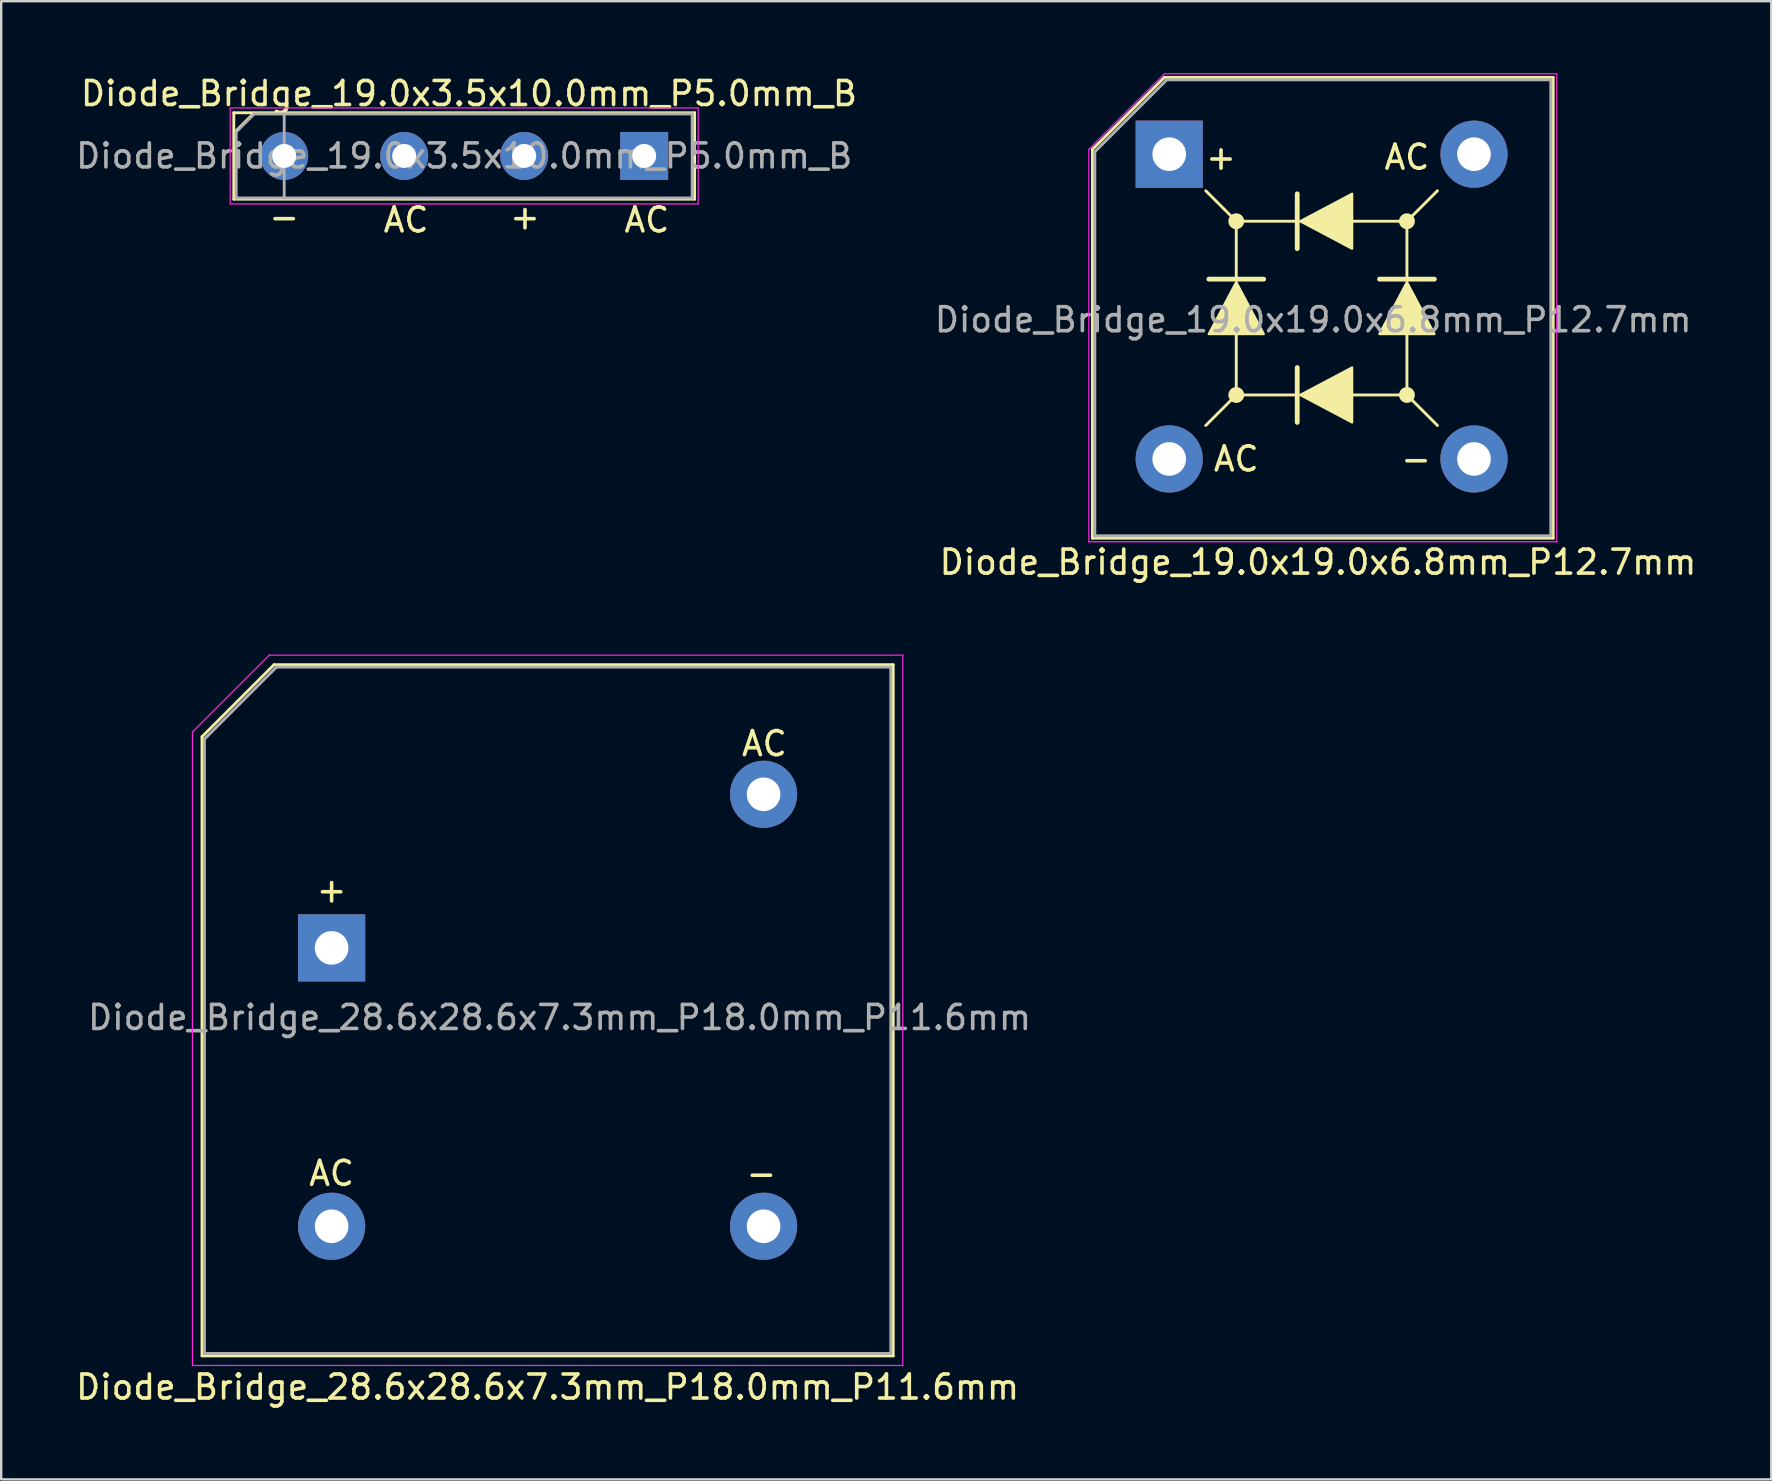
<source format=kicad_pcb>
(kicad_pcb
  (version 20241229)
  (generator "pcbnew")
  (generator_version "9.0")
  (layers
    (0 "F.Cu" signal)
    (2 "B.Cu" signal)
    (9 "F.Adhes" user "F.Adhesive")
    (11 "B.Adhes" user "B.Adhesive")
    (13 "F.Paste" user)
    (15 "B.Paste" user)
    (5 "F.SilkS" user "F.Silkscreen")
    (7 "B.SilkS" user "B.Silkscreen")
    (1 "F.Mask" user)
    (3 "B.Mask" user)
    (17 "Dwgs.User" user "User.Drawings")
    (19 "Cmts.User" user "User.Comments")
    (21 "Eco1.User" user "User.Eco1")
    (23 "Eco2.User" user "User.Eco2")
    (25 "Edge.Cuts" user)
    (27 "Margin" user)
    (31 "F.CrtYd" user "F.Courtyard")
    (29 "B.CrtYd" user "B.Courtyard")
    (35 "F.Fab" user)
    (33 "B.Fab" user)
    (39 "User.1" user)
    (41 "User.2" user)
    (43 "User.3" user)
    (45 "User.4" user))
  (footprint "Diode_Bridge_28.6x28.6x7.3mm_P18.0mm_P11.6mm"
    (layer "F.Cu")
    (at 10.768 36.448)
    (property "Reference" "Diode_Bridge_28.6x28.6x7.3mm_P18.0mm_P11.6mm" (at 9 18.3 180) (layer "F.SilkS") (effects (font (size 1 1) (thickness 0.15))))
    (fp_line (start -5.4 -8.8) (end -5.4 17) (stroke (width 0.12) (type solid)) (layer "F.SilkS"))
    (fp_line (start -5.4 17) (end 23.4 17) (stroke (width 0.12) (type solid)) (layer "F.SilkS"))
    (fp_line (start -2.4 -11.8) (end -5.4 -8.8) (stroke (width 0.12) (type solid)) (layer "F.SilkS"))
    (fp_line (start 23.4 -11.8) (end -2.4 -11.8) (stroke (width 0.12) (type solid)) (layer "F.SilkS"))
    (fp_line (start 23.4 17) (end 23.4 -11.8) (stroke (width 0.12) (type solid)) (layer "F.SilkS"))
    (fp_line (start -5.8 -9) (end -5.8 17.4) (stroke (width 0.05) (type solid)) (layer "F.CrtYd"))
    (fp_line (start -5.8 17.4) (end 23.8 17.4) (stroke (width 0.05) (type solid)) (layer "F.CrtYd"))
    (fp_line (start -2.6 -12.2) (end -5.8 -9) (stroke (width 0.05) (type solid)) (layer "F.CrtYd"))
    (fp_line (start 23.8 -12.2) (end -2.6 -12.2) (stroke (width 0.05) (type solid)) (layer "F.CrtYd"))
    (fp_line (start 23.8 17.4) (end 23.8 -12.2) (stroke (width 0.05) (type solid)) (layer "F.CrtYd"))
    (fp_line (start -5.3 -8.7) (end -5.3 16.9) (stroke (width 0.12) (type solid)) (layer "F.Fab"))
    (fp_line (start -5.3 16.9) (end 23.3 16.9) (stroke (width 0.12) (type solid)) (layer "F.Fab"))
    (fp_line (start -2.3 -11.7) (end -5.3 -8.7) (stroke (width 0.12) (type solid)) (layer "F.Fab"))
    (fp_line (start 23.3 -11.7) (end -2.3 -11.7) (stroke (width 0.12) (type solid)) (layer "F.Fab"))
    (fp_line (start 23.3 16.9) (end 23.3 -11.7) (stroke (width 0.12) (type solid)) (layer "F.Fab"))
    (fp_text user "-" (at 17.907 9.398 0) (layer "F.SilkS") (effects (font (size 1 1) (thickness 0.15))))
    (fp_text user "AC" (at 0 9.398 0) (layer "F.SilkS") (effects (font (size 1 1) (thickness 0.15))))
    (fp_text user "+" (at 0 -2.413 0) (layer "F.SilkS") (effects (font (size 1 1) (thickness 0.15))))
    (fp_text user "AC" (at 18.034 -8.509 0) (layer "F.SilkS") (effects (font (size 1 1) (thickness 0.15))))
    (fp_text user "${REFERENCE}" (at 9.5 2.9 180) (layer "F.Fab") (effects (font (size 1 1) (thickness 0.15))))
    (pad "1" thru_hole rect (at 0 0 180) (size 2.8 2.8) (drill 1.4) (layers "*.Cu" "*.Mask"))
    (pad "2" thru_hole circle (at 0 11.6 180) (size 2.8 2.8) (drill 1.4) (layers "*.Cu" "*.Mask"))
    (pad "3" thru_hole circle (at 18 11.6 180) (size 2.8 2.8) (drill 1.4) (layers "*.Cu" "*.Mask"))
    (pad "4" thru_hole circle (at 18 -6.4 180) (size 2.8 2.8) (drill 1.4) (layers "*.Cu" "*.Mask")))
  (footprint "Diode_Bridge_19.0x19.0x6.8mm_P12.7mm"
    (layer "F.Cu")
    (at 45.67 3.375)
    (property "Reference" "Diode_Bridge_19.0x19.0x6.8mm_P12.7mm" (at 6.2 17 180) (layer "F.SilkS") (effects (font (size 1 1) (thickness 0.15))))
    (attr through_hole)
    (fp_line (start -3.2 -0.2) (end -0.2 -3.2) (stroke (width 0.12) (type solid)) (layer "F.SilkS"))
    (fp_line (start -3.2 16) (end -3.2 -0.2) (stroke (width 0.12) (type solid)) (layer "F.SilkS"))
    (fp_line (start -0.2 -3.2) (end 16 -3.2) (stroke (width 0.12) (type solid)) (layer "F.SilkS"))
    (fp_line (start 1.524 1.524) (end 2.794 2.794) (stroke (width 0.12) (type solid)) (layer "F.SilkS"))
    (fp_line (start 1.524 11.303) (end 2.794 10.033) (stroke (width 0.12) (type solid)) (layer "F.SilkS"))
    (fp_line (start 2.794 5.207) (end 1.651 5.207) (stroke (width 0.2) (type solid)) (layer "F.SilkS"))
    (fp_line (start 2.794 5.207) (end 2.794 2.794) (stroke (width 0.12) (type solid)) (layer "F.SilkS"))
    (fp_line (start 2.794 10.033) (end 2.794 7.493) (stroke (width 0.12) (type solid)) (layer "F.SilkS"))
    (fp_line (start 3.937 5.207) (end 2.794 5.207) (stroke (width 0.2) (type solid)) (layer "F.SilkS"))
    (fp_line (start 5.334 1.651) (end 5.334 2.794) (stroke (width 0.2) (type solid)) (layer "F.SilkS"))
    (fp_line (start 5.334 2.794) (end 2.794 2.794) (stroke (width 0.12) (type solid)) (layer "F.SilkS"))
    (fp_line (start 5.334 2.794) (end 5.334 3.937) (stroke (width 0.2) (type solid)) (layer "F.SilkS"))
    (fp_line (start 5.334 8.89) (end 5.334 10.033) (stroke (width 0.2) (type solid)) (layer "F.SilkS"))
    (fp_line (start 5.334 10.033) (end 2.794 10.033) (stroke (width 0.12) (type solid)) (layer "F.SilkS"))
    (fp_line (start 5.334 10.033) (end 5.334 11.176) (stroke (width 0.2) (type solid)) (layer "F.SilkS"))
    (fp_line (start 9.906 2.794) (end 7.62 2.794) (stroke (width 0.12) (type solid)) (layer "F.SilkS"))
    (fp_line (start 9.906 5.207) (end 8.763 5.207) (stroke (width 0.2) (type solid)) (layer "F.SilkS"))
    (fp_line (start 9.906 5.207) (end 9.906 2.794) (stroke (width 0.12) (type solid)) (layer "F.SilkS"))
    (fp_line (start 9.906 10.033) (end 7.62 10.033) (stroke (width 0.12) (type solid)) (layer "F.SilkS"))
    (fp_line (start 9.906 10.033) (end 9.906 7.493) (stroke (width 0.12) (type solid)) (layer "F.SilkS"))
    (fp_line (start 11.049 5.207) (end 9.906 5.207) (stroke (width 0.2) (type solid)) (layer "F.SilkS"))
    (fp_line (start 11.176 1.524) (end 9.906 2.794) (stroke (width 0.12) (type solid)) (layer "F.SilkS"))
    (fp_line (start 11.176 11.303) (end 9.906 10.033) (stroke (width 0.12) (type solid)) (layer "F.SilkS"))
    (fp_line (start 16 -3.2) (end 16 16) (stroke (width 0.12) (type solid)) (layer "F.SilkS"))
    (fp_line (start 16 16) (end -3.2 16) (stroke (width 0.12) (type solid)) (layer "F.SilkS"))
    (fp_circle (center 2.794 2.794) (end 2.857 2.731) (stroke (width 0.12) (type solid)) (fill no) (layer "F.SilkS"))
    (fp_circle (center 2.794 2.794) (end 2.921 2.667) (stroke (width 0.12) (type solid)) (fill no) (layer "F.SilkS"))
    (fp_circle (center 2.794 2.794) (end 2.985 2.603) (stroke (width 0.12) (type solid)) (fill no) (layer "F.SilkS"))
    (fp_circle (center 2.794 10.033) (end 2.857 9.97) (stroke (width 0.12) (type solid)) (fill no) (layer "F.SilkS"))
    (fp_circle (center 2.794 10.033) (end 2.921 9.906) (stroke (width 0.12) (type solid)) (fill no) (layer "F.SilkS"))
    (fp_circle (center 2.794 10.033) (end 2.985 9.842) (stroke (width 0.12) (type solid)) (fill no) (layer "F.SilkS"))
    (fp_circle (center 9.906 2.794) (end 9.97 2.731) (stroke (width 0.12) (type solid)) (fill no) (layer "F.SilkS"))
    (fp_circle (center 9.906 2.794) (end 10.033 2.667) (stroke (width 0.12) (type solid)) (fill no) (layer "F.SilkS"))
    (fp_circle (center 9.906 2.794) (end 10.097 2.603) (stroke (width 0.12) (type solid)) (fill no) (layer "F.SilkS"))
    (fp_circle (center 9.906 10.033) (end 9.97 9.97) (stroke (width 0.12) (type solid)) (fill no) (layer "F.SilkS"))
    (fp_circle (center 9.906 10.033) (end 10.033 9.906) (stroke (width 0.12) (type solid)) (fill no) (layer "F.SilkS"))
    (fp_circle (center 9.906 10.033) (end 10.097 9.842) (stroke (width 0.12) (type solid)) (fill no) (layer "F.SilkS"))
    (fp_poly (pts (xy 3.937 7.493) (xy 1.651 7.493) (xy 2.794 5.334)) (stroke (width 0.1) (type solid)) (fill yes) (layer "F.SilkS"))
    (fp_poly (pts (xy 7.62 1.651) (xy 7.62 3.937) (xy 5.461 2.794)) (stroke (width 0.1) (type solid)) (fill yes) (layer "F.SilkS"))
    (fp_poly (pts (xy 7.62 8.89) (xy 7.62 11.176) (xy 5.461 10.033)) (stroke (width 0.1) (type solid)) (fill yes) (layer "F.SilkS"))
    (fp_poly (pts (xy 11.049 7.493) (xy 8.763 7.493) (xy 9.906 5.334)) (stroke (width 0.1) (type solid)) (fill yes) (layer "F.SilkS"))
    (fp_line (start -3.35 -0.2) (end -3.35 16.15) (stroke (width 0.05) (type solid)) (layer "F.CrtYd"))
    (fp_line (start -3.35 16.15) (end 16.15 16.15) (stroke (width 0.05) (type solid)) (layer "F.CrtYd"))
    (fp_line (start -0.2 -3.35) (end -3.35 -0.2) (stroke (width 0.05) (type solid)) (layer "F.CrtYd"))
    (fp_line (start 16.15 -3.35) (end -0.2 -3.35) (stroke (width 0.05) (type solid)) (layer "F.CrtYd"))
    (fp_line (start 16.15 16.15) (end 16.15 -3.35) (stroke (width 0.05) (type solid)) (layer "F.CrtYd"))
    (fp_line (start -3.1 -0.1) (end -0.1 -3.1) (stroke (width 0.12) (type solid)) (layer "F.Fab"))
    (fp_line (start -3.1 15.9) (end -3.1 -0.1) (stroke (width 0.12) (type solid)) (layer "F.Fab"))
    (fp_line (start -0.1 -3.1) (end 15.9 -3.1) (stroke (width 0.12) (type solid)) (layer "F.Fab"))
    (fp_line (start 15.9 -3.1) (end 15.9 15.9) (stroke (width 0.12) (type solid)) (layer "F.Fab"))
    (fp_line (start 15.9 15.9) (end -3.1 15.9) (stroke (width 0.12) (type solid)) (layer "F.Fab"))
    (fp_text user "AC" (at 2.794 12.7 0) (layer "F.SilkS") (effects (font (size 1 1) (thickness 0.15))))
    (fp_text user "AC" (at 9.906 0.127 0) (layer "F.SilkS") (effects (font (size 1 1) (thickness 0.15))))
    (fp_text user "+" (at 2.159 0.127 0) (layer "F.SilkS") (effects (font (size 1 1) (thickness 0.15))))
    (fp_text user "-" (at 10.287 12.7 0) (layer "F.SilkS") (effects (font (size 1 1) (thickness 0.15))))
    (fp_text user "${REFERENCE}" (at 6 6.9 180) (layer "F.Fab") (effects (font (size 1 1) (thickness 0.15))))
    (pad "1" thru_hole rect (at 0 0 180) (size 2.8 2.8) (drill 1.4) (layers "*.Cu" "*.Mask"))
    (pad "2" thru_hole circle (at 0 12.7 180) (size 2.8 2.8) (drill 1.4) (layers "*.Cu" "*.Mask"))
    (pad "3" thru_hole circle (at 12.7 12.7 180) (size 2.8 2.8) (drill 1.4) (layers "*.Cu" "*.Mask"))
    (pad "4" thru_hole circle (at 12.7 0 180) (size 2.8 2.8) (drill 1.4) (layers "*.Cu" "*.Mask")))
  (footprint "Diode_Bridge_19.0x3.5x10.0mm_P5.0mm_B"
    (layer "F.Cu")
    (at 23.792 3.448)
    (property "Reference" "Diode_Bridge_19.0x3.5x10.0mm_P5.0mm_B" (at -7.3 -2.6 180) (layer "F.SilkS") (effects (font (size 1 1) (thickness 0.15))))
    (attr through_hole)
    (fp_line (start -17.1 -1.8) (end 2.1 -1.8) (stroke (width 0.12) (type solid)) (layer "F.SilkS"))
    (fp_line (start -17.1 1.8) (end -17.1 -1.8) (stroke (width 0.12) (type solid)) (layer "F.SilkS"))
    (fp_line (start -16.27 -1.778) (end -17.032 -1.016) (stroke (width 0.12) (type solid)) (layer "F.SilkS"))
    (fp_line (start 2.1 -1.8) (end 2.1 1.8) (stroke (width 0.12) (type solid)) (layer "F.SilkS"))
    (fp_line (start 2.1 1.8) (end -17.1 1.8) (stroke (width 0.12) (type solid)) (layer "F.SilkS"))
    (fp_line (start -17.25 -2) (end -17.25 2) (stroke (width 0.05) (type solid)) (layer "F.CrtYd"))
    (fp_line (start -17.25 -2) (end 2.25 -2) (stroke (width 0.05) (type solid)) (layer "F.CrtYd"))
    (fp_line (start 2.25 2) (end -17.25 2) (stroke (width 0.05) (type solid)) (layer "F.CrtYd"))
    (fp_line (start 2.25 2) (end 2.25 -2) (stroke (width 0.05) (type solid)) (layer "F.CrtYd"))
    (fp_line (start -17 -1) (end -16.25 -1.75) (stroke (width 0.12) (type solid)) (layer "F.Fab"))
    (fp_line (start -17 1.75) (end -17 -1) (stroke (width 0.12) (type solid)) (layer "F.Fab"))
    (fp_line (start -16.25 -1.75) (end 2 -1.75) (stroke (width 0.12) (type solid)) (layer "F.Fab"))
    (fp_line (start -15 -1.75) (end -15 1.75) (stroke (width 0.12) (type solid)) (layer "F.Fab"))
    (fp_line (start 2 -1.75) (end 2 1.75) (stroke (width 0.12) (type solid)) (layer "F.Fab"))
    (fp_line (start 2 1.75) (end -17 1.75) (stroke (width 0.12) (type solid)) (layer "F.Fab"))
    (fp_text user "-" (at -15 2.54 0) (layer "F.SilkS") (effects (font (size 1 1) (thickness 0.15))))
    (fp_text user "AC" (at 0.113 2.667 0) (layer "F.SilkS") (effects (font (size 1 1) (thickness 0.15))))
    (fp_text user "+" (at -4.967 2.54 0) (layer "F.SilkS") (effects (font (size 1 1) (thickness 0.15))))
    (fp_text user "AC" (at -9.92 2.667 0) (layer "F.SilkS") (effects (font (size 1 1) (thickness 0.15))))
    (fp_text user "${REFERENCE}" (at -7.5 0 180) (layer "F.Fab") (effects (font (size 1 1) (thickness 0.15))))
    (pad "1" thru_hole rect (at 0 0) (size 2 2) (drill 1) (layers "*.Cu" "*.Mask"))
    (pad "2" thru_hole circle (at -5 0) (size 2 2) (drill 1) (layers "*.Cu" "*.Mask"))
    (pad "3" thru_hole circle (at -10 0) (size 2 2) (drill 1) (layers "*.Cu" "*.Mask"))
    (pad "4" thru_hole circle (at -15 0) (size 2 2) (drill 1) (layers "*.Cu" "*.Mask")))
  (gr_rect
    (start -3 -3)
    (end 70.757 58.596)
    (stroke (width 0.1) (type default))
    (fill no)
    (layer "Edge.Cuts")))
</source>
